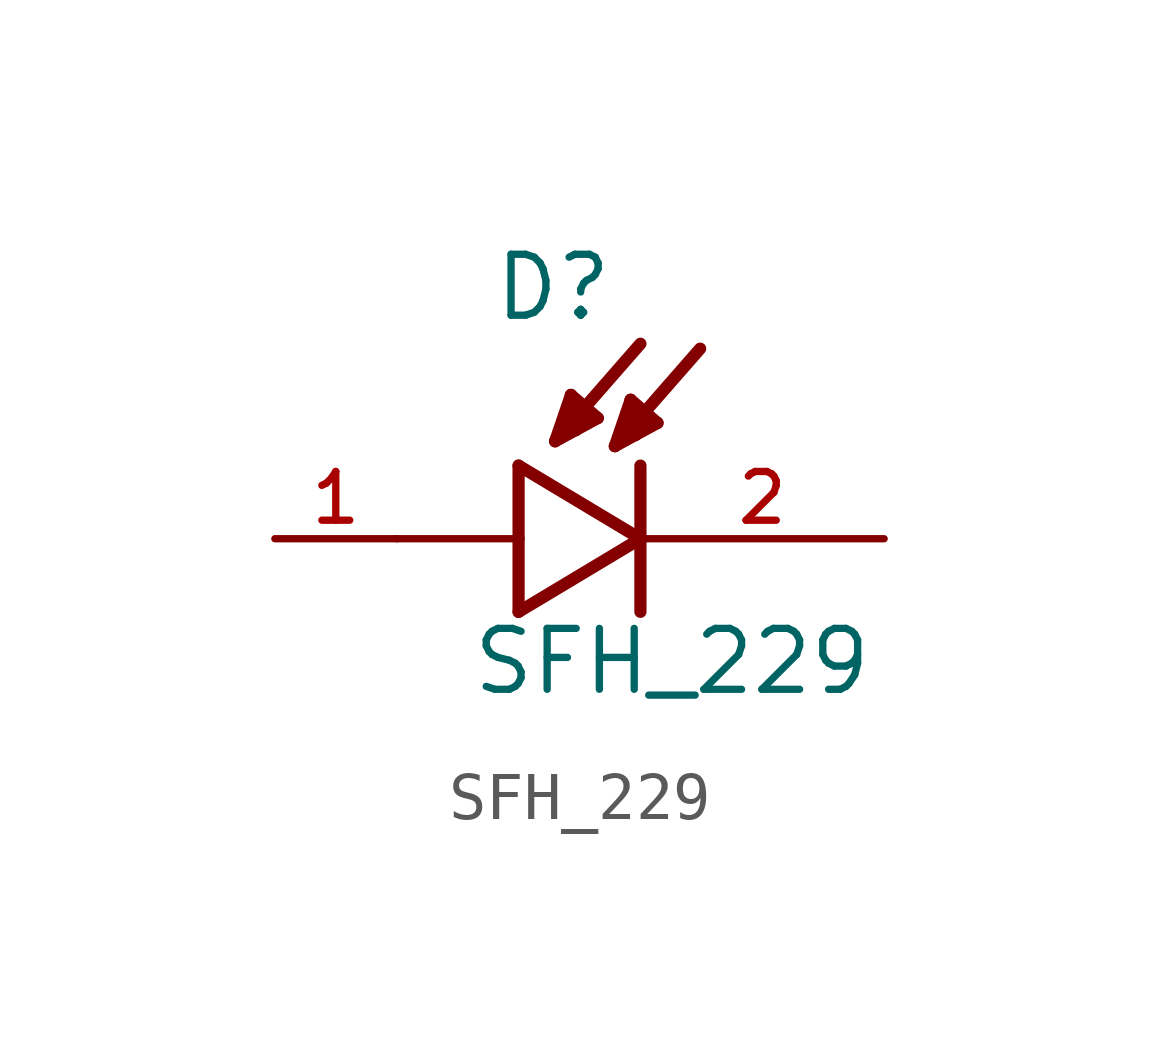
<source format=kicad_sym>
(kicad_symbol_lib
  (version 20211014)
  (generator kicad_symbol_editor)
  (symbol "SFH_229"
    (pin_names
      (offset 1.016))
    (property "Reference" "D"
      (at -3.099 4.496 0)
      (effects (font (size 1.27 1.27)) (justify bottom left)))
    (property "Value" "SFH_229"
      (at -3.556 -3.302 0)
      (effects (font (size 1.27 1.27)) (justify bottom left)))
    (symbol "SFH_229_0_0"
      (polyline (pts (xy -2.54 1.524) (xy -2.54 0.0)) (stroke (width 0.254)))
      (polyline (pts (xy -2.54 0.0) (xy -2.54 -1.524)) (stroke (width 0.254)))
      (polyline (pts (xy -2.54 -1.524) (xy 0.0 0.0)) (stroke (width 0.254)))
      (polyline (pts (xy 0.0 0.0) (xy -2.54 1.524)) (stroke (width 0.254)))
      (polyline (pts (xy 0.0 1.524) (xy 0.0 -1.524)) (stroke (width 0.254)))
      (polyline (pts (xy -2.54 0.0) (xy -5.08 0.0)) (stroke (width 0.152)))
      (polyline (pts (xy -1.778 2.032) (xy 0.0 4.064)) (stroke (width 0.254)))
      (polyline (pts (xy -1.448 2.997) (xy -0.889 2.515)) (stroke (width 0.254)))
      (polyline (pts (xy -0.889 2.515) (xy -1.778 2.032)) (stroke (width 0.254)))
      (polyline (pts (xy -1.778 2.032) (xy -1.448 2.997)) (stroke (width 0.254)))
      (polyline (pts (xy -1.448 2.997) (xy -1.473 2.261)) (stroke (width 0.254)))
      (polyline (pts (xy -1.473 2.261) (xy -1.346 2.261)) (stroke (width 0.254)))
      (polyline (pts (xy -1.067 2.591) (xy -1.295 2.438)) (stroke (width 0.254)))
      (polyline (pts (xy -0.533 1.93) (xy 1.245 3.962)) (stroke (width 0.254)))
      (polyline (pts (xy -0.203 2.896) (xy 0.356 2.413)) (stroke (width 0.254)))
      (polyline (pts (xy 0.356 2.413) (xy -0.533 1.93)) (stroke (width 0.254)))
      (polyline (pts (xy -0.533 1.93) (xy -0.203 2.896)) (stroke (width 0.254)))
      (polyline (pts (xy -0.203 2.896) (xy -0.229 2.159)) (stroke (width 0.254)))
      (polyline (pts (xy -0.229 2.159) (xy -0.102 2.159)) (stroke (width 0.254)))
      (polyline (pts (xy 0.178 2.489) (xy -0.051 2.337)) (stroke (width 0.254)))
      (pin passive line (at 5.08 0.0 180.0) (length 5.08) (name "~" (effects (font (size 1.016 1.016)))) (number "2" (effects (font (size 1.016 1.016)))))
      (pin passive line (at -7.62 0.0 0) (length 2.54) (name "~" (effects (font (size 1.016 1.016)))) (number "1" (effects (font (size 1.016 1.016))))))))
</source>
